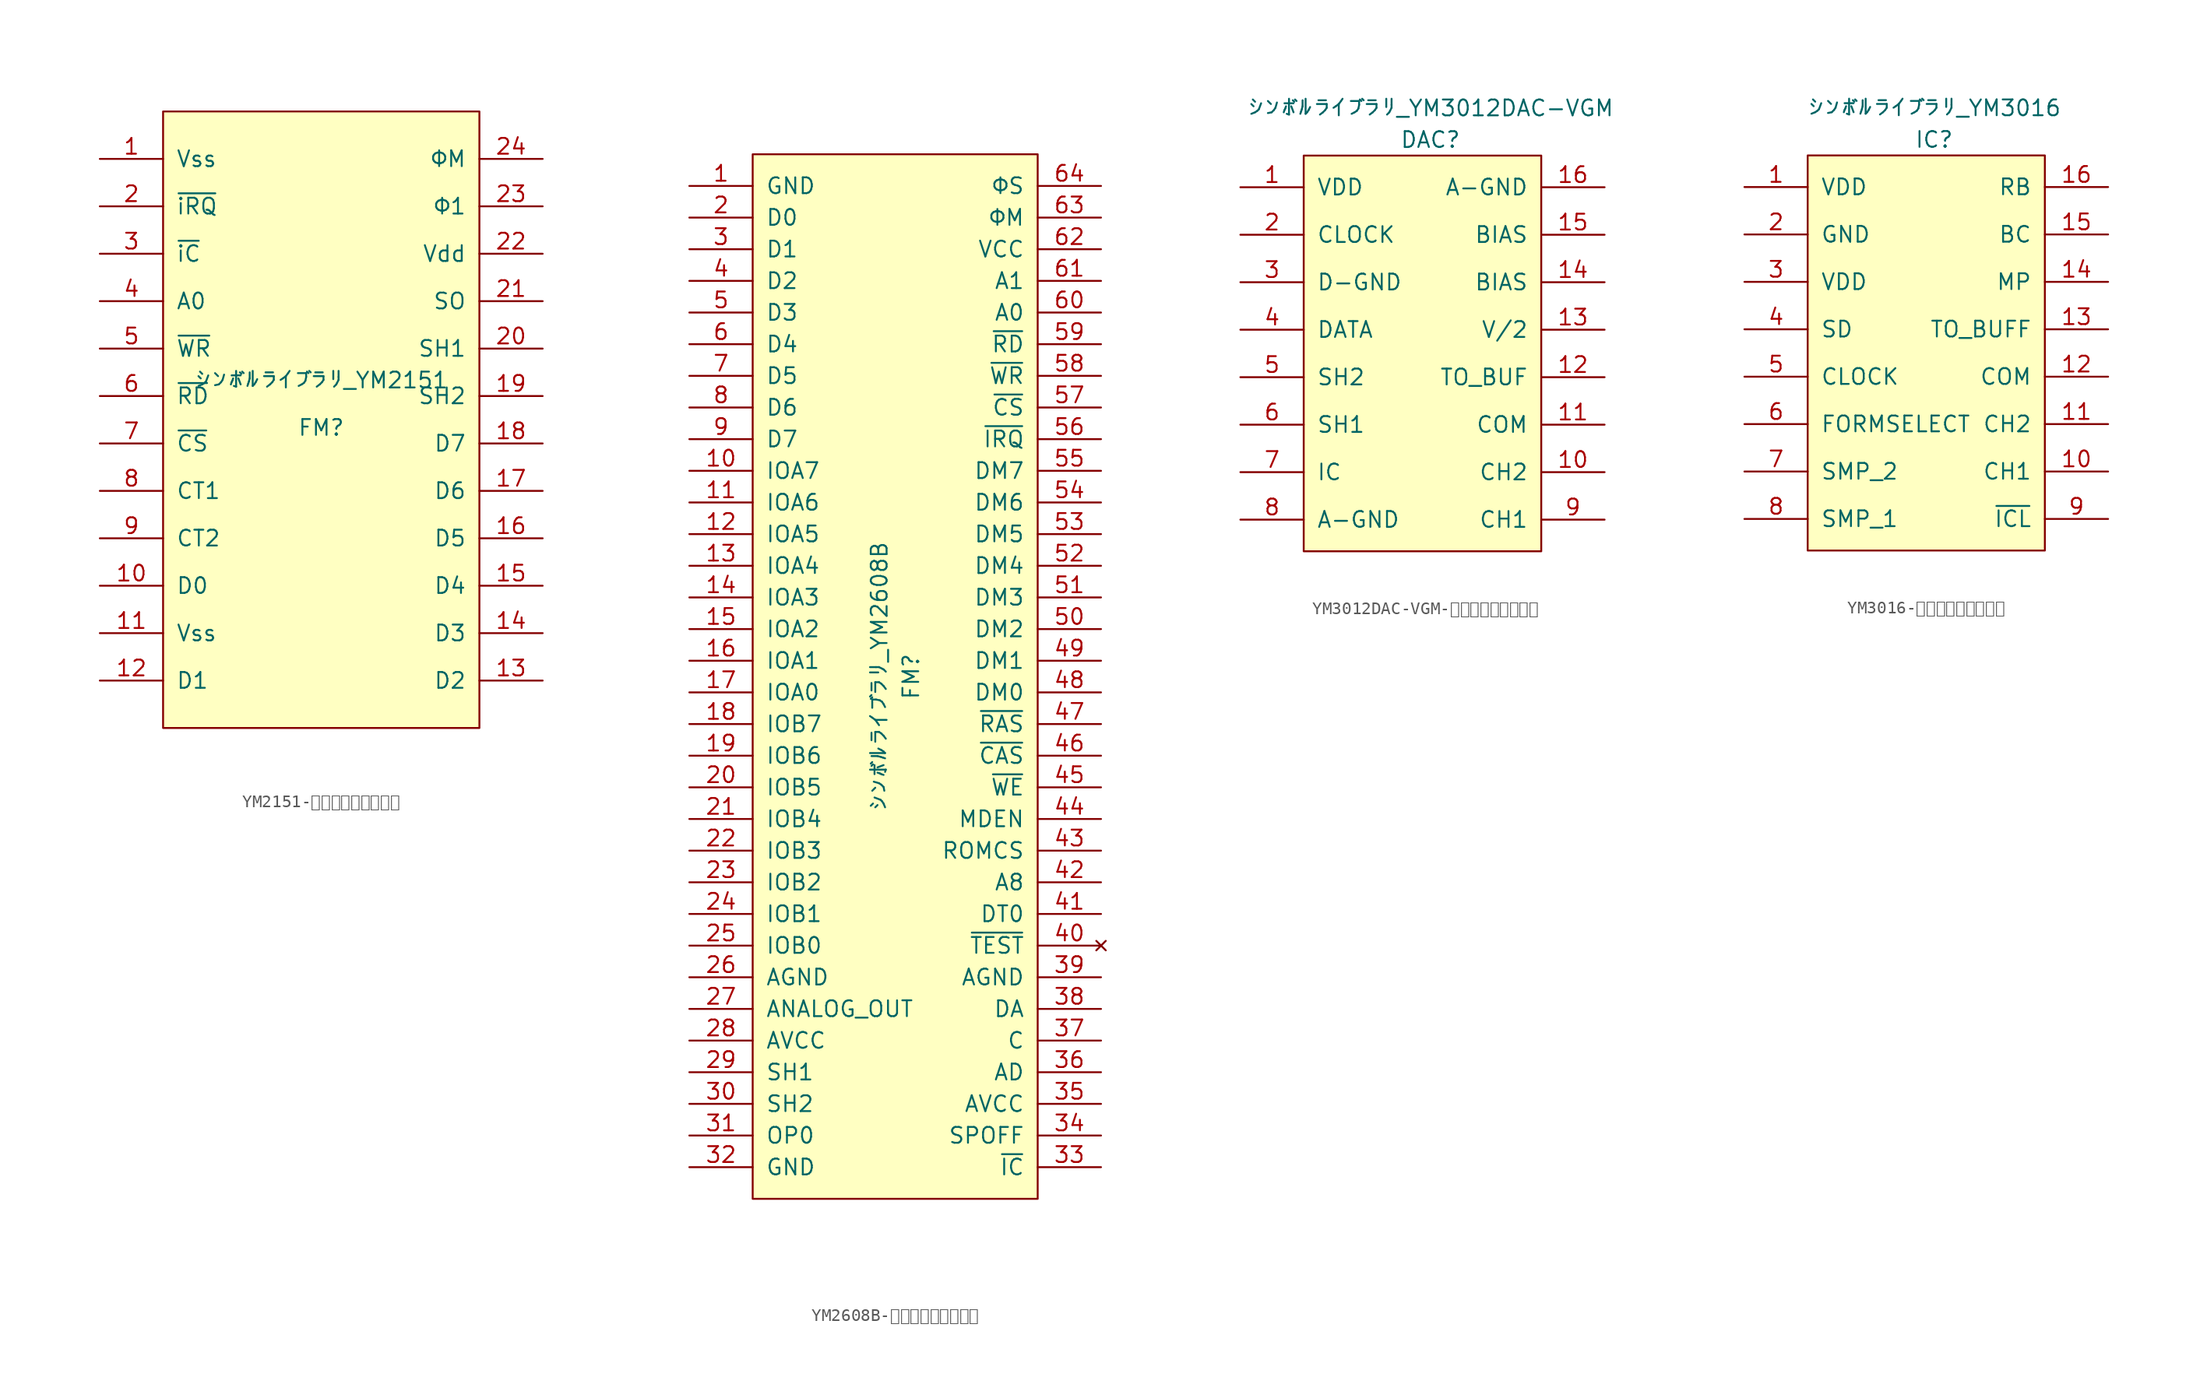
<source format=kicad_sym>
(kicad_symbol_lib
  (version 20220914)
  (generator kicad_symbol_editor)
  (symbol "YM2151-シンボルライブラリ"
    (pin_names
      (offset 1.016))
    (property "Reference" "FM"
      (at 0 -1.27 0)
      (effects (font (size 1.27 1.27))))
    (property "Value" "シンボルライブラリ_YM2151"
      (at 0 2.54 0)
      (effects (font (size 1.27 1.27))))
    (symbol "YM2151-シンボルライブラリ_0_1"
      (rectangle (start -12.7 24.13) (end 12.7 -25.4) (stroke (width 0) (type solid)) (fill (type background))))
    (symbol "YM2151-シンボルライブラリ_1_1"
      (pin power_in line (at -17.78 20.32 0) (length 5.08) (name "Vss" (effects (font (size 1.27 1.27)))) (number "1" (effects (font (size 1.27 1.27)))))
      (pin input line (at -17.78 -13.97 0) (length 5.08) (name "D0" (effects (font (size 1.27 1.27)))) (number "10" (effects (font (size 1.27 1.27)))))
      (pin power_in line (at -17.78 -17.78 0) (length 5.08) (name "Vss" (effects (font (size 1.27 1.27)))) (number "11" (effects (font (size 1.27 1.27)))))
      (pin input line (at -17.78 -21.59 0) (length 5.08) (name "D1" (effects (font (size 1.27 1.27)))) (number "12" (effects (font (size 1.27 1.27)))))
      (pin input line (at 17.78 -21.59 180) (length 5.08) (name "D2" (effects (font (size 1.27 1.27)))) (number "13" (effects (font (size 1.27 1.27)))))
      (pin input line (at 17.78 -17.78 180) (length 5.08) (name "D3" (effects (font (size 1.27 1.27)))) (number "14" (effects (font (size 1.27 1.27)))))
      (pin input line (at 17.78 -13.97 180) (length 5.08) (name "D4" (effects (font (size 1.27 1.27)))) (number "15" (effects (font (size 1.27 1.27)))))
      (pin input line (at 17.78 -10.16 180) (length 5.08) (name "D5" (effects (font (size 1.27 1.27)))) (number "16" (effects (font (size 1.27 1.27)))))
      (pin input line (at 17.78 -6.35 180) (length 5.08) (name "D6" (effects (font (size 1.27 1.27)))) (number "17" (effects (font (size 1.27 1.27)))))
      (pin input line (at 17.78 -2.54 180) (length 5.08) (name "D7" (effects (font (size 1.27 1.27)))) (number "18" (effects (font (size 1.27 1.27)))))
      (pin output line (at 17.78 1.27 180) (length 5.08) (name "SH2" (effects (font (size 1.27 1.27)))) (number "19" (effects (font (size 1.27 1.27)))))
      (pin input line (at -17.78 16.51 0) (length 5.08) (name "~{iRQ}" (effects (font (size 1.27 1.27)))) (number "2" (effects (font (size 1.27 1.27)))))
      (pin output line (at 17.78 5.08 180) (length 5.08) (name "SH1" (effects (font (size 1.27 1.27)))) (number "20" (effects (font (size 1.27 1.27)))))
      (pin output line (at 17.78 8.89 180) (length 5.08) (name "SO" (effects (font (size 1.27 1.27)))) (number "21" (effects (font (size 1.27 1.27)))))
      (pin power_in line (at 17.78 12.7 180) (length 5.08) (name "Vdd" (effects (font (size 1.27 1.27)))) (number "22" (effects (font (size 1.27 1.27)))))
      (pin output line (at 17.78 16.51 180) (length 5.08) (name "Φ1" (effects (font (size 1.27 1.27)))) (number "23" (effects (font (size 1.27 1.27)))))
      (pin input line (at 17.78 20.32 180) (length 5.08) (name "ΦM" (effects (font (size 1.27 1.27)))) (number "24" (effects (font (size 1.27 1.27)))))
      (pin input line (at -17.78 12.7 0) (length 5.08) (name "~{iC}" (effects (font (size 1.27 1.27)))) (number "3" (effects (font (size 1.27 1.27)))))
      (pin input line (at -17.78 8.89 0) (length 5.08) (name "A0" (effects (font (size 1.27 1.27)))) (number "4" (effects (font (size 1.27 1.27)))))
      (pin input line (at -17.78 5.08 0) (length 5.08) (name "~{WR}" (effects (font (size 1.27 1.27)))) (number "5" (effects (font (size 1.27 1.27)))))
      (pin input line (at -17.78 1.27 0) (length 5.08) (name "~{RD}" (effects (font (size 1.27 1.27)))) (number "6" (effects (font (size 1.27 1.27)))))
      (pin input line (at -17.78 -2.54 0) (length 5.08) (name "~{CS}" (effects (font (size 1.27 1.27)))) (number "7" (effects (font (size 1.27 1.27)))))
      (pin input line (at -17.78 -6.35 0) (length 5.08) (name "CT1" (effects (font (size 1.27 1.27)))) (number "8" (effects (font (size 1.27 1.27)))))
      (pin input line (at -17.78 -10.16 0) (length 5.08) (name "CT2" (effects (font (size 1.27 1.27)))) (number "9" (effects (font (size 1.27 1.27)))))))
  (symbol "YM2608B-シンボルライブラリ"
    (pin_names
      (offset 1.016))
    (property "Reference" "FM"
      (at 1.27 0 90)
      (effects (font (size 1.27 1.27))))
    (property "Value" "シンボルライブラリ_YM2608B"
      (at -1.27 0 90)
      (effects (font (size 1.27 1.27))))
    (symbol "YM2608B-シンボルライブラリ_0_1"
      (rectangle (start -11.43 41.91) (end 11.43 -41.91) (stroke (width 0) (type solid)) (fill (type background))))
    (symbol "YM2608B-シンボルライブラリ_1_1"
      (pin power_in line (at -16.51 39.37 0) (length 5.08) (name "GND" (effects (font (size 1.27 1.27)))) (number "1" (effects (font (size 1.27 1.27)))))
      (pin bidirectional line (at -16.51 16.51 0) (length 5.08) (name "IOA7" (effects (font (size 1.27 1.27)))) (number "10" (effects (font (size 1.27 1.27)))))
      (pin bidirectional line (at -16.51 13.97 0) (length 5.08) (name "IOA6" (effects (font (size 1.27 1.27)))) (number "11" (effects (font (size 1.27 1.27)))))
      (pin bidirectional line (at -16.51 11.43 0) (length 5.08) (name "IOA5" (effects (font (size 1.27 1.27)))) (number "12" (effects (font (size 1.27 1.27)))))
      (pin bidirectional line (at -16.51 8.89 0) (length 5.08) (name "IOA4" (effects (font (size 1.27 1.27)))) (number "13" (effects (font (size 1.27 1.27)))))
      (pin bidirectional line (at -16.51 6.35 0) (length 5.08) (name "IOA3" (effects (font (size 1.27 1.27)))) (number "14" (effects (font (size 1.27 1.27)))))
      (pin bidirectional line (at -16.51 3.81 0) (length 5.08) (name "IOA2" (effects (font (size 1.27 1.27)))) (number "15" (effects (font (size 1.27 1.27)))))
      (pin bidirectional line (at -16.51 1.27 0) (length 5.08) (name "IOA1" (effects (font (size 1.27 1.27)))) (number "16" (effects (font (size 1.27 1.27)))))
      (pin bidirectional line (at -16.51 -1.27 0) (length 5.08) (name "IOA0" (effects (font (size 1.27 1.27)))) (number "17" (effects (font (size 1.27 1.27)))))
      (pin bidirectional line (at -16.51 -3.81 0) (length 5.08) (name "IOB7" (effects (font (size 1.27 1.27)))) (number "18" (effects (font (size 1.27 1.27)))))
      (pin bidirectional line (at -16.51 -6.35 0) (length 5.08) (name "IOB6" (effects (font (size 1.27 1.27)))) (number "19" (effects (font (size 1.27 1.27)))))
      (pin bidirectional line (at -16.51 36.83 0) (length 5.08) (name "D0" (effects (font (size 1.27 1.27)))) (number "2" (effects (font (size 1.27 1.27)))))
      (pin bidirectional line (at -16.51 -8.89 0) (length 5.08) (name "IOB5" (effects (font (size 1.27 1.27)))) (number "20" (effects (font (size 1.27 1.27)))))
      (pin bidirectional line (at -16.51 -11.43 0) (length 5.08) (name "IOB4" (effects (font (size 1.27 1.27)))) (number "21" (effects (font (size 1.27 1.27)))))
      (pin bidirectional line (at -16.51 -13.97 0) (length 5.08) (name "IOB3" (effects (font (size 1.27 1.27)))) (number "22" (effects (font (size 1.27 1.27)))))
      (pin bidirectional line (at -16.51 -16.51 0) (length 5.08) (name "IOB2" (effects (font (size 1.27 1.27)))) (number "23" (effects (font (size 1.27 1.27)))))
      (pin bidirectional line (at -16.51 -19.05 0) (length 5.08) (name "IOB1" (effects (font (size 1.27 1.27)))) (number "24" (effects (font (size 1.27 1.27)))))
      (pin bidirectional line (at -16.51 -21.59 0) (length 5.08) (name "IOB0" (effects (font (size 1.27 1.27)))) (number "25" (effects (font (size 1.27 1.27)))))
      (pin power_in line (at -16.51 -24.13 0) (length 5.08) (name "AGND" (effects (font (size 1.27 1.27)))) (number "26" (effects (font (size 1.27 1.27)))))
      (pin output line (at -16.51 -26.67 0) (length 5.08) (name "ANALOG_OUT" (effects (font (size 1.27 1.27)))) (number "27" (effects (font (size 1.27 1.27)))))
      (pin power_in line (at -16.51 -29.21 0) (length 5.08) (name "AVCC" (effects (font (size 1.27 1.27)))) (number "28" (effects (font (size 1.27 1.27)))))
      (pin output line (at -16.51 -31.75 0) (length 5.08) (name "SH1" (effects (font (size 1.27 1.27)))) (number "29" (effects (font (size 1.27 1.27)))))
      (pin bidirectional line (at -16.51 34.29 0) (length 5.08) (name "D1" (effects (font (size 1.27 1.27)))) (number "3" (effects (font (size 1.27 1.27)))))
      (pin output line (at -16.51 -34.29 0) (length 5.08) (name "SH2" (effects (font (size 1.27 1.27)))) (number "30" (effects (font (size 1.27 1.27)))))
      (pin output line (at -16.51 -36.83 0) (length 5.08) (name "OP0" (effects (font (size 1.27 1.27)))) (number "31" (effects (font (size 1.27 1.27)))))
      (pin power_in line (at -16.51 -39.37 0) (length 5.08) (name "GND" (effects (font (size 1.27 1.27)))) (number "32" (effects (font (size 1.27 1.27)))))
      (pin input line (at 16.51 -39.37 180) (length 5.08) (name "~{IC}" (effects (font (size 1.27 1.27)))) (number "33" (effects (font (size 1.27 1.27)))))
      (pin bidirectional line (at 16.51 -36.83 180) (length 5.08) (name "SPOFF" (effects (font (size 1.27 1.27)))) (number "34" (effects (font (size 1.27 1.27)))))
      (pin power_in line (at 16.51 -34.29 180) (length 5.08) (name "AVCC" (effects (font (size 1.27 1.27)))) (number "35" (effects (font (size 1.27 1.27)))))
      (pin bidirectional line (at 16.51 -31.75 180) (length 5.08) (name "AD" (effects (font (size 1.27 1.27)))) (number "36" (effects (font (size 1.27 1.27)))))
      (pin bidirectional line (at 16.51 -29.21 180) (length 5.08) (name "C" (effects (font (size 1.27 1.27)))) (number "37" (effects (font (size 1.27 1.27)))))
      (pin bidirectional line (at 16.51 -26.67 180) (length 5.08) (name "DA" (effects (font (size 1.27 1.27)))) (number "38" (effects (font (size 1.27 1.27)))))
      (pin power_in line (at 16.51 -24.13 180) (length 5.08) (name "AGND" (effects (font (size 1.27 1.27)))) (number "39" (effects (font (size 1.27 1.27)))))
      (pin bidirectional line (at -16.51 31.75 0) (length 5.08) (name "D2" (effects (font (size 1.27 1.27)))) (number "4" (effects (font (size 1.27 1.27)))))
      (pin no_connect line (at 16.51 -21.59 180) (length 5.08) (name "~{TEST}" (effects (font (size 1.27 1.27)))) (number "40" (effects (font (size 1.27 1.27)))))
      (pin bidirectional line (at 16.51 -19.05 180) (length 5.08) (name "DT0" (effects (font (size 1.27 1.27)))) (number "41" (effects (font (size 1.27 1.27)))))
      (pin output line (at 16.51 -16.51 180) (length 5.08) (name "A8" (effects (font (size 1.27 1.27)))) (number "42" (effects (font (size 1.27 1.27)))))
      (pin output line (at 16.51 -13.97 180) (length 5.08) (name "ROMCS" (effects (font (size 1.27 1.27)))) (number "43" (effects (font (size 1.27 1.27)))))
      (pin output line (at 16.51 -11.43 180) (length 5.08) (name "MDEN" (effects (font (size 1.27 1.27)))) (number "44" (effects (font (size 1.27 1.27)))))
      (pin output line (at 16.51 -8.89 180) (length 5.08) (name "~{WE}" (effects (font (size 1.27 1.27)))) (number "45" (effects (font (size 1.27 1.27)))))
      (pin output line (at 16.51 -6.35 180) (length 5.08) (name "~{CAS}" (effects (font (size 1.27 1.27)))) (number "46" (effects (font (size 1.27 1.27)))))
      (pin output line (at 16.51 -3.81 180) (length 5.08) (name "~{RAS}" (effects (font (size 1.27 1.27)))) (number "47" (effects (font (size 1.27 1.27)))))
      (pin input line (at 16.51 -1.27 180) (length 5.08) (name "DM0" (effects (font (size 1.27 1.27)))) (number "48" (effects (font (size 1.27 1.27)))))
      (pin input line (at 16.51 1.27 180) (length 5.08) (name "DM1" (effects (font (size 1.27 1.27)))) (number "49" (effects (font (size 1.27 1.27)))))
      (pin bidirectional line (at -16.51 29.21 0) (length 5.08) (name "D3" (effects (font (size 1.27 1.27)))) (number "5" (effects (font (size 1.27 1.27)))))
      (pin input line (at 16.51 3.81 180) (length 5.08) (name "DM2" (effects (font (size 1.27 1.27)))) (number "50" (effects (font (size 1.27 1.27)))))
      (pin input line (at 16.51 6.35 180) (length 5.08) (name "DM3" (effects (font (size 1.27 1.27)))) (number "51" (effects (font (size 1.27 1.27)))))
      (pin input line (at 16.51 8.89 180) (length 5.08) (name "DM4" (effects (font (size 1.27 1.27)))) (number "52" (effects (font (size 1.27 1.27)))))
      (pin input line (at 16.51 11.43 180) (length 5.08) (name "DM5" (effects (font (size 1.27 1.27)))) (number "53" (effects (font (size 1.27 1.27)))))
      (pin input line (at 16.51 13.97 180) (length 5.08) (name "DM6" (effects (font (size 1.27 1.27)))) (number "54" (effects (font (size 1.27 1.27)))))
      (pin input line (at 16.51 16.51 180) (length 5.08) (name "DM7" (effects (font (size 1.27 1.27)))) (number "55" (effects (font (size 1.27 1.27)))))
      (pin bidirectional line (at 16.51 19.05 180) (length 5.08) (name "~{IRQ}" (effects (font (size 1.27 1.27)))) (number "56" (effects (font (size 1.27 1.27)))))
      (pin input line (at 16.51 21.59 180) (length 5.08) (name "~{CS}" (effects (font (size 1.27 1.27)))) (number "57" (effects (font (size 1.27 1.27)))))
      (pin input line (at 16.51 24.13 180) (length 5.08) (name "~{WR}" (effects (font (size 1.27 1.27)))) (number "58" (effects (font (size 1.27 1.27)))))
      (pin input line (at 16.51 26.67 180) (length 5.08) (name "~{RD}" (effects (font (size 1.27 1.27)))) (number "59" (effects (font (size 1.27 1.27)))))
      (pin bidirectional line (at -16.51 26.67 0) (length 5.08) (name "D4" (effects (font (size 1.27 1.27)))) (number "6" (effects (font (size 1.27 1.27)))))
      (pin input line (at 16.51 29.21 180) (length 5.08) (name "A0" (effects (font (size 1.27 1.27)))) (number "60" (effects (font (size 1.27 1.27)))))
      (pin input line (at 16.51 31.75 180) (length 5.08) (name "A1" (effects (font (size 1.27 1.27)))) (number "61" (effects (font (size 1.27 1.27)))))
      (pin power_in line (at 16.51 34.29 180) (length 5.08) (name "VCC" (effects (font (size 1.27 1.27)))) (number "62" (effects (font (size 1.27 1.27)))))
      (pin input line (at 16.51 36.83 180) (length 5.08) (name "ΦM" (effects (font (size 1.27 1.27)))) (number "63" (effects (font (size 1.27 1.27)))))
      (pin output line (at 16.51 39.37 180) (length 5.08) (name "ΦS" (effects (font (size 1.27 1.27)))) (number "64" (effects (font (size 1.27 1.27)))))
      (pin bidirectional line (at -16.51 24.13 0) (length 5.08) (name "D5" (effects (font (size 1.27 1.27)))) (number "7" (effects (font (size 1.27 1.27)))))
      (pin bidirectional line (at -16.51 21.59 0) (length 5.08) (name "D6" (effects (font (size 1.27 1.27)))) (number "8" (effects (font (size 1.27 1.27)))))
      (pin bidirectional line (at -16.51 19.05 0) (length 5.08) (name "D7" (effects (font (size 1.27 1.27)))) (number "9" (effects (font (size 1.27 1.27)))))))
  (symbol "YM3012DAC-VGM-シンボルライブラリ"
    (pin_names
      (offset 1.016))
    (property "Reference" "DAC"
      (at 0 16.51 0)
      (effects (font (size 1.27 1.27))))
    (property "Value" "シンボルライブラリ_YM3012DAC-VGM"
      (at 0 19.05 0)
      (effects (font (size 1.27 1.27))))
    (symbol "YM3012DAC-VGM-シンボルライブラリ_0_1"
      (rectangle (start -10.16 15.24) (end 8.89 -16.51) (stroke (width 0) (type solid)) (fill (type background))))
    (symbol "YM3012DAC-VGM-シンボルライブラリ_1_1"
      (pin power_in line (at -15.24 12.7 0) (length 5.08) (name "VDD" (effects (font (size 1.27 1.27)))) (number "1" (effects (font (size 1.27 1.27)))))
      (pin output line (at 13.97 -10.16 180) (length 5.08) (name "CH2" (effects (font (size 1.27 1.27)))) (number "10" (effects (font (size 1.27 1.27)))))
      (pin bidirectional line (at 13.97 -6.35 180) (length 5.08) (name "COM" (effects (font (size 1.27 1.27)))) (number "11" (effects (font (size 1.27 1.27)))))
      (pin bidirectional line (at 13.97 -2.54 180) (length 5.08) (name "TO_BUF" (effects (font (size 1.27 1.27)))) (number "12" (effects (font (size 1.27 1.27)))))
      (pin input line (at 13.97 1.27 180) (length 5.08) (name "V/2" (effects (font (size 1.27 1.27)))) (number "13" (effects (font (size 1.27 1.27)))))
      (pin bidirectional line (at 13.97 5.08 180) (length 5.08) (name "BIAS" (effects (font (size 1.27 1.27)))) (number "14" (effects (font (size 1.27 1.27)))))
      (pin bidirectional line (at 13.97 8.89 180) (length 5.08) (name "BIAS" (effects (font (size 1.27 1.27)))) (number "15" (effects (font (size 1.27 1.27)))))
      (pin power_in line (at 13.97 12.7 180) (length 5.08) (name "A-GND" (effects (font (size 1.27 1.27)))) (number "16" (effects (font (size 1.27 1.27)))))
      (pin input line (at -15.24 8.89 0) (length 5.08) (name "CLOCK" (effects (font (size 1.27 1.27)))) (number "2" (effects (font (size 1.27 1.27)))))
      (pin input line (at -15.24 5.08 0) (length 5.08) (name "D-GND" (effects (font (size 1.27 1.27)))) (number "3" (effects (font (size 1.27 1.27)))))
      (pin input line (at -15.24 1.27 0) (length 5.08) (name "DATA" (effects (font (size 1.27 1.27)))) (number "4" (effects (font (size 1.27 1.27)))))
      (pin input line (at -15.24 -2.54 0) (length 5.08) (name "SH2" (effects (font (size 1.27 1.27)))) (number "5" (effects (font (size 1.27 1.27)))))
      (pin input line (at -15.24 -6.35 0) (length 5.08) (name "SH1" (effects (font (size 1.27 1.27)))) (number "6" (effects (font (size 1.27 1.27)))))
      (pin input line (at -15.24 -10.16 0) (length 5.08) (name "IC" (effects (font (size 1.27 1.27)))) (number "7" (effects (font (size 1.27 1.27)))))
      (pin power_in line (at -15.24 -13.97 0) (length 5.08) (name "A-GND" (effects (font (size 1.27 1.27)))) (number "8" (effects (font (size 1.27 1.27)))))
      (pin output line (at 13.97 -13.97 180) (length 5.08) (name "CH1" (effects (font (size 1.27 1.27)))) (number "9" (effects (font (size 1.27 1.27)))))))
  (symbol "YM3016-シンボルライブラリ"
    (pin_names
      (offset 1.016))
    (property "Reference" "IC"
      (at 0 16.51 0)
      (effects (font (size 1.27 1.27))))
    (property "Value" "シンボルライブラリ_YM3016"
      (at 0 19.05 0)
      (effects (font (size 1.27 1.27))))
    (symbol "YM3016-シンボルライブラリ_0_1"
      (rectangle (start -10.16 15.24) (end 8.89 -16.51) (stroke (width 0) (type solid)) (fill (type background))))
    (symbol "YM3016-シンボルライブラリ_1_1"
      (pin power_in line (at -15.24 12.7 0) (length 5.08) (name "VDD" (effects (font (size 1.27 1.27)))) (number "1" (effects (font (size 1.27 1.27)))))
      (pin output line (at 13.97 -10.16 180) (length 5.08) (name "CH1" (effects (font (size 1.27 1.27)))) (number "10" (effects (font (size 1.27 1.27)))))
      (pin output line (at 13.97 -6.35 180) (length 5.08) (name "CH2" (effects (font (size 1.27 1.27)))) (number "11" (effects (font (size 1.27 1.27)))))
      (pin bidirectional line (at 13.97 -2.54 180) (length 5.08) (name "COM" (effects (font (size 1.27 1.27)))) (number "12" (effects (font (size 1.27 1.27)))))
      (pin bidirectional line (at 13.97 1.27 180) (length 5.08) (name "TO_BUFF" (effects (font (size 1.27 1.27)))) (number "13" (effects (font (size 1.27 1.27)))))
      (pin bidirectional line (at 13.97 5.08 180) (length 5.08) (name "MP" (effects (font (size 1.27 1.27)))) (number "14" (effects (font (size 1.27 1.27)))))
      (pin bidirectional line (at 13.97 8.89 180) (length 5.08) (name "BC" (effects (font (size 1.27 1.27)))) (number "15" (effects (font (size 1.27 1.27)))))
      (pin bidirectional line (at 13.97 12.7 180) (length 5.08) (name "RB" (effects (font (size 1.27 1.27)))) (number "16" (effects (font (size 1.27 1.27)))))
      (pin power_in line (at -15.24 8.89 0) (length 5.08) (name "GND" (effects (font (size 1.27 1.27)))) (number "2" (effects (font (size 1.27 1.27)))))
      (pin power_in line (at -15.24 5.08 0) (length 5.08) (name "VDD" (effects (font (size 1.27 1.27)))) (number "3" (effects (font (size 1.27 1.27)))))
      (pin input line (at -15.24 1.27 0) (length 5.08) (name "SD" (effects (font (size 1.27 1.27)))) (number "4" (effects (font (size 1.27 1.27)))))
      (pin input line (at -15.24 -2.54 0) (length 5.08) (name "CLOCK" (effects (font (size 1.27 1.27)))) (number "5" (effects (font (size 1.27 1.27)))))
      (pin input line (at -15.24 -6.35 0) (length 5.08) (name "FORMSELECT" (effects (font (size 1.27 1.27)))) (number "6" (effects (font (size 1.27 1.27)))))
      (pin input line (at -15.24 -10.16 0) (length 5.08) (name "SMP_2" (effects (font (size 1.27 1.27)))) (number "7" (effects (font (size 1.27 1.27)))))
      (pin power_in line (at -15.24 -13.97 0) (length 5.08) (name "SMP_1" (effects (font (size 1.27 1.27)))) (number "8" (effects (font (size 1.27 1.27)))))
      (pin input line (at 13.97 -13.97 180) (length 5.08) (name "~{ICL}" (effects (font (size 1.27 1.27)))) (number "9" (effects (font (size 1.27 1.27))))))))
</source>
